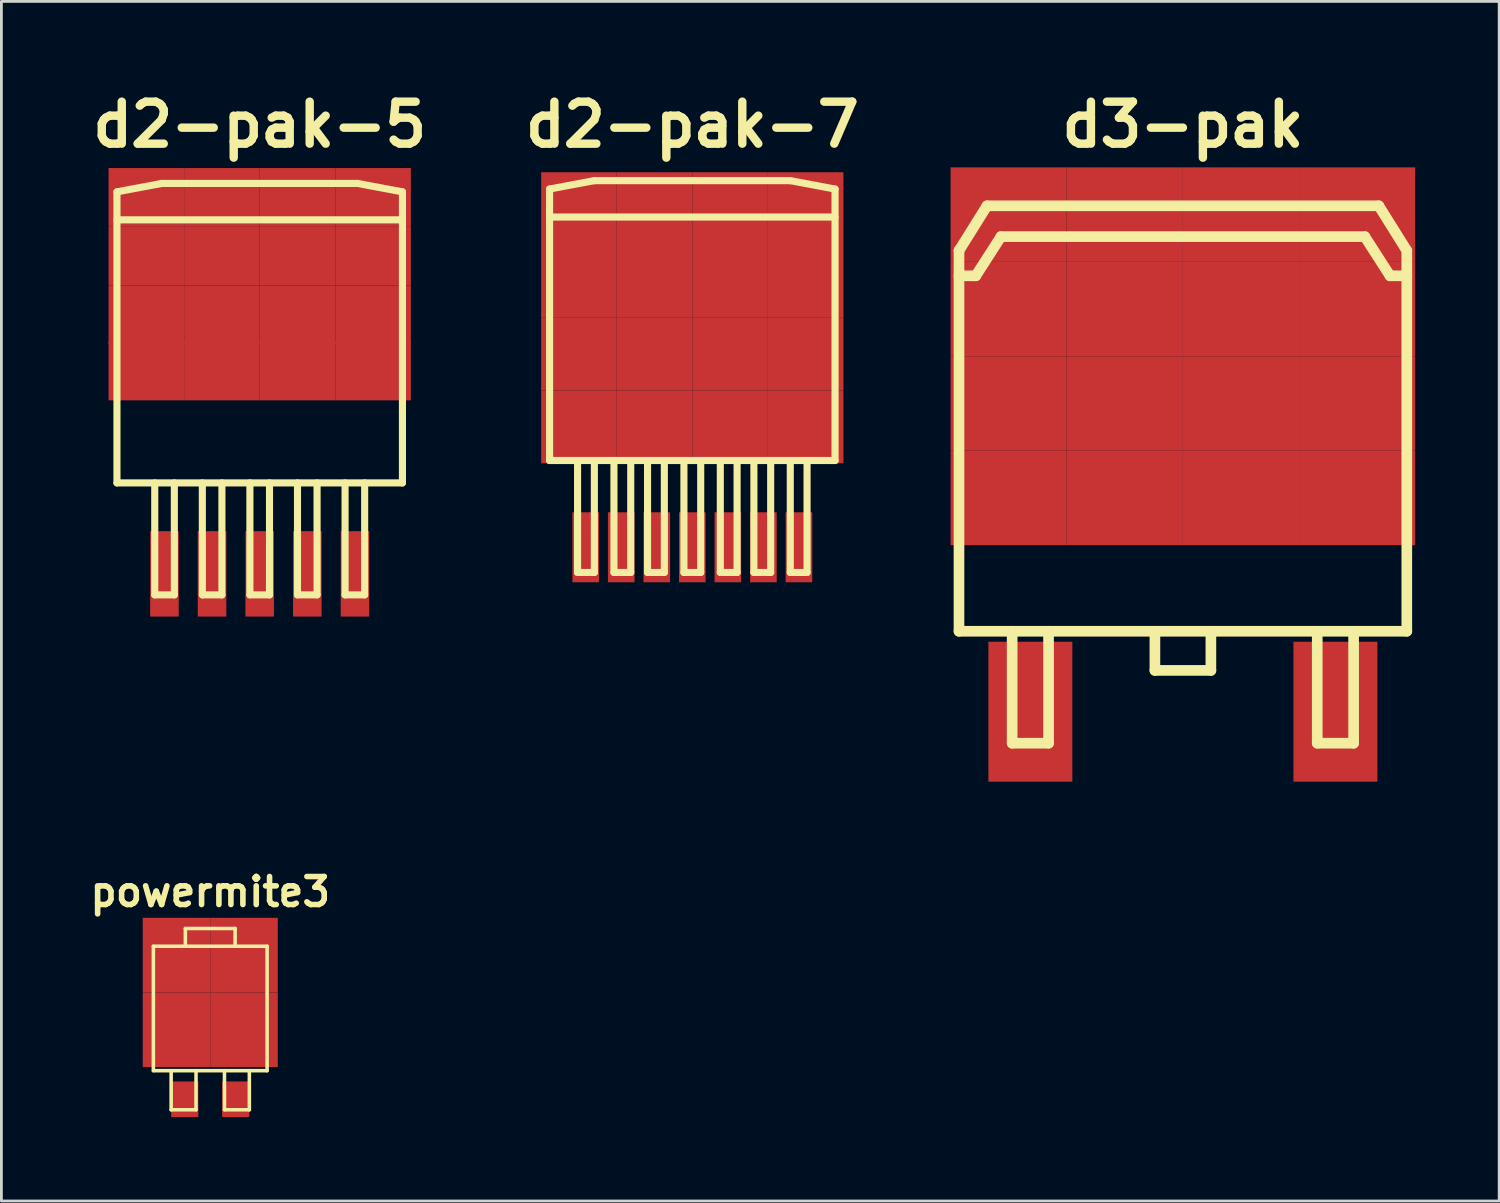
<source format=kicad_pcb>
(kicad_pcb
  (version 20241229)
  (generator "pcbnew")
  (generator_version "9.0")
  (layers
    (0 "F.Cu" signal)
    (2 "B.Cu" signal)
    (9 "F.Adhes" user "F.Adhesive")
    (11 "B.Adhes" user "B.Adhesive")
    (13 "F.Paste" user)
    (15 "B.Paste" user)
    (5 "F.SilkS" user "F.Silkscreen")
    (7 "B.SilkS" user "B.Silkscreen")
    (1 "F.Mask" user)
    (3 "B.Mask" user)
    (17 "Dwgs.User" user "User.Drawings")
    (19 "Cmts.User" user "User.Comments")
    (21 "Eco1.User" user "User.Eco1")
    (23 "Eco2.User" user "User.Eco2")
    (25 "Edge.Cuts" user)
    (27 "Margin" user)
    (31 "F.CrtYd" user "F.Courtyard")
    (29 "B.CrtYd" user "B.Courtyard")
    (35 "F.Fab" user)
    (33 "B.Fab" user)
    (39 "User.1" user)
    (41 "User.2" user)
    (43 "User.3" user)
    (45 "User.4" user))
  (footprint "d2-pak-5"
    (layer "F.Cu")
    (at 6.229 10.904)
    (property "Reference" "d2-pak-5" (at 0 -9.5 0) (layer "F.SilkS") (effects (font (size 1.5 1.5) (thickness 0.3))))
    (attr smd)
    (fp_line (start -5.1 -7.1) (end -5.1 3.3) (stroke (width 0.254) (type solid)) (layer "F.SilkS"))
    (fp_line (start -5.1 -6.1) (end 5.1 -6.1) (stroke (width 0.254) (type solid)) (layer "F.SilkS"))
    (fp_line (start -5.1 3.3) (end 5.1 3.3) (stroke (width 0.254) (type solid)) (layer "F.SilkS"))
    (fp_line (start -3.75 7.3) (end -3.75 3.3) (stroke (width 0.254) (type solid)) (layer "F.SilkS"))
    (fp_line (start -3.75 7.3) (end -3.05 7.3) (stroke (width 0.254) (type solid)) (layer "F.SilkS"))
    (fp_line (start -3.5 -7.4) (end -5.1 -7.1) (stroke (width 0.254) (type solid)) (layer "F.SilkS"))
    (fp_line (start -3.5 -7.4) (end 3.5 -7.4) (stroke (width 0.254) (type solid)) (layer "F.SilkS"))
    (fp_line (start -3.05 7.3) (end -3.05 3.3) (stroke (width 0.254) (type solid)) (layer "F.SilkS"))
    (fp_line (start -2.05 7.3) (end -2.05 3.3) (stroke (width 0.254) (type solid)) (layer "F.SilkS"))
    (fp_line (start -2.05 7.3) (end -1.35 7.3) (stroke (width 0.254) (type solid)) (layer "F.SilkS"))
    (fp_line (start -1.35 7.3) (end -1.35 3.3) (stroke (width 0.254) (type solid)) (layer "F.SilkS"))
    (fp_line (start -0.35 7.3) (end -0.35 3.3) (stroke (width 0.254) (type solid)) (layer "F.SilkS"))
    (fp_line (start -0.35 7.3) (end 0.35 7.3) (stroke (width 0.254) (type solid)) (layer "F.SilkS"))
    (fp_line (start 0.35 7.3) (end 0.35 3.3) (stroke (width 0.254) (type solid)) (layer "F.SilkS"))
    (fp_line (start 1.35 7.3) (end 1.35 3.3) (stroke (width 0.254) (type solid)) (layer "F.SilkS"))
    (fp_line (start 1.35 7.3) (end 2.05 7.3) (stroke (width 0.254) (type solid)) (layer "F.SilkS"))
    (fp_line (start 2.05 7.3) (end 2.05 3.3) (stroke (width 0.254) (type solid)) (layer "F.SilkS"))
    (fp_line (start 3.05 7.3) (end 3.05 3.3) (stroke (width 0.254) (type solid)) (layer "F.SilkS"))
    (fp_line (start 3.05 7.3) (end 3.75 7.3) (stroke (width 0.254) (type solid)) (layer "F.SilkS"))
    (fp_line (start 3.5 -7.4) (end 5.1 -7.1) (stroke (width 0.254) (type solid)) (layer "F.SilkS"))
    (fp_line (start 3.75 7.3) (end 3.75 3.3) (stroke (width 0.254) (type solid)) (layer "F.SilkS"))
    (fp_line (start 5.1 -7.1) (end 5.1 3.3) (stroke (width 0.254) (type solid)) (layer "F.SilkS"))
    (pad "1" smd rect (at -3.404 6.55) (size 1.02 3.05) (layers "F.Cu" "F.Mask" "F.Paste"))
    (pad "2" smd rect (at -1.702 6.55) (size 1.02 3.05) (layers "F.Cu" "F.Mask" "F.Paste"))
    (pad "3" smd rect (at 0 6.55) (size 1.02 3.05) (layers "F.Cu" "F.Mask" "F.Paste"))
    (pad "4" smd rect (at 1.702 6.55) (size 1.02 3.05) (layers "F.Cu" "F.Mask" "F.Paste"))
    (pad "5" smd rect (at 3.404 6.55) (size 1.02 3.05) (layers "F.Cu" "F.Mask" "F.Paste"))
    (pad "6" smd rect (at -4.05 -6.9) (size 2.7 2.1) (layers "F.Cu" "F.Mask" "F.Paste"))
    (pad "6" smd rect (at -4.05 -4.8) (size 2.7 2.1) (layers "F.Cu" "F.Mask" "F.Paste"))
    (pad "6" smd rect (at -4.05 -2.7) (size 2.7 2.1) (layers "F.Cu" "F.Mask" "F.Paste"))
    (pad "6" smd rect (at -4.05 -0.7) (size 2.7 2.1) (layers "F.Cu" "F.Mask" "F.Paste"))
    (pad "6" smd rect (at -1.35 -6.9) (size 2.7 2.1) (layers "F.Cu" "F.Mask" "F.Paste"))
    (pad "6" smd rect (at -1.35 -4.8) (size 2.7 2.1) (layers "F.Cu" "F.Mask" "F.Paste"))
    (pad "6" smd rect (at -1.35 -2.7) (size 2.7 2.1) (layers "F.Cu" "F.Mask" "F.Paste"))
    (pad "6" smd rect (at -1.35 -0.7) (size 2.7 2.1) (layers "F.Cu" "F.Mask" "F.Paste"))
    (pad "6" smd rect (at 1.35 -6.9) (size 2.7 2.1) (layers "F.Cu" "F.Mask" "F.Paste"))
    (pad "6" smd rect (at 1.35 -4.8) (size 2.7 2.1) (layers "F.Cu" "F.Mask" "F.Paste"))
    (pad "6" smd rect (at 1.35 -2.7) (size 2.7 2.1) (layers "F.Cu" "F.Mask" "F.Paste"))
    (pad "6" smd rect (at 1.35 -0.7) (size 2.7 2.1) (layers "F.Cu" "F.Mask" "F.Paste"))
    (pad "6" smd rect (at 4.05 -6.9) (size 2.7 2.1) (layers "F.Cu" "F.Mask" "F.Paste"))
    (pad "6" smd rect (at 4.05 -4.8) (size 2.7 2.1) (layers "F.Cu" "F.Mask" "F.Paste"))
    (pad "6" smd rect (at 4.05 -2.7) (size 2.7 2.1) (layers "F.Cu" "F.Mask" "F.Paste"))
    (pad "6" smd rect (at 4.05 -0.7) (size 2.7 2.1) (layers "F.Cu" "F.Mask" "F.Paste")))
  (footprint "d3-pak"
    (layer "F.Cu")
    (at 39.214 13.904)
    (property "Reference" "d3-pak" (at 0 -12.5 0) (layer "F.SilkS") (effects (font (size 1.5 1.5) (thickness 0.3))))
    (attr smd)
    (fp_line (start -8 -8) (end -8 5.6) (stroke (width 0.381) (type solid)) (layer "F.SilkS"))
    (fp_line (start -8 -8) (end -7 -9.6) (stroke (width 0.381) (type solid)) (layer "F.SilkS"))
    (fp_line (start -8 5.6) (end 8 5.6) (stroke (width 0.381) (type solid)) (layer "F.SilkS"))
    (fp_line (start -7.4 -7.1) (end -8 -7.1) (stroke (width 0.381) (type solid)) (layer "F.SilkS"))
    (fp_line (start -7 -9.6) (end 7 -9.6) (stroke (width 0.381) (type solid)) (layer "F.SilkS"))
    (fp_line (start -6.5 -8.5) (end -7.4 -7.1) (stroke (width 0.381) (type solid)) (layer "F.SilkS"))
    (fp_line (start -6.1 5.6) (end -6.1 9.6) (stroke (width 0.381) (type solid)) (layer "F.SilkS"))
    (fp_line (start -6.1 9.6) (end -4.8 9.6) (stroke (width 0.381) (type solid)) (layer "F.SilkS"))
    (fp_line (start -4.8 9.6) (end -4.8 5.6) (stroke (width 0.381) (type solid)) (layer "F.SilkS"))
    (fp_line (start -1 5.6) (end -1 7) (stroke (width 0.381) (type solid)) (layer "F.SilkS"))
    (fp_line (start -1 7) (end 1 7) (stroke (width 0.381) (type solid)) (layer "F.SilkS"))
    (fp_line (start 1 7) (end 1 5.6) (stroke (width 0.381) (type solid)) (layer "F.SilkS"))
    (fp_line (start 4.8 5.6) (end 4.8 9.6) (stroke (width 0.381) (type solid)) (layer "F.SilkS"))
    (fp_line (start 4.8 9.6) (end 6.1 9.6) (stroke (width 0.381) (type solid)) (layer "F.SilkS"))
    (fp_line (start 6.1 9.6) (end 6.1 5.6) (stroke (width 0.381) (type solid)) (layer "F.SilkS"))
    (fp_line (start 6.5 -8.5) (end -6.5 -8.5) (stroke (width 0.381) (type solid)) (layer "F.SilkS"))
    (fp_line (start 6.5 -8.5) (end 7.4 -7.1) (stroke (width 0.381) (type solid)) (layer "F.SilkS"))
    (fp_line (start 7.4 -7.1) (end 8 -7.1) (stroke (width 0.381) (type solid)) (layer "F.SilkS"))
    (fp_line (start 8 -8) (end 7 -9.6) (stroke (width 0.381) (type solid)) (layer "F.SilkS"))
    (fp_line (start 8 -8) (end 8 5.6) (stroke (width 0.381) (type solid)) (layer "F.SilkS"))
    (pad "1" smd rect (at -5.45 8.475) (size 3 5) (layers "F.Cu" "F.Mask" "F.Paste"))
    (pad "2" smd rect (at -6.225 -9.287) (size 4.15 3.375) (layers "F.Cu" "F.Mask" "F.Paste"))
    (pad "2" smd rect (at -6.225 -5.912) (size 4.15 3.375) (layers "F.Cu" "F.Mask" "F.Paste"))
    (pad "2" smd rect (at -6.225 -2.538) (size 4.15 3.375) (layers "F.Cu" "F.Mask" "F.Paste"))
    (pad "2" smd rect (at -6.225 0.838) (size 4.15 3.375) (layers "F.Cu" "F.Mask" "F.Paste"))
    (pad "2" smd rect (at -2.075 -9.287) (size 4.15 3.375) (layers "F.Cu" "F.Mask" "F.Paste"))
    (pad "2" smd rect (at -2.075 -5.912) (size 4.15 3.375) (layers "F.Cu" "F.Mask" "F.Paste"))
    (pad "2" smd rect (at -2.075 -2.538) (size 4.15 3.375) (layers "F.Cu" "F.Mask" "F.Paste"))
    (pad "2" smd rect (at -2.075 0.838) (size 4.15 3.375) (layers "F.Cu" "F.Mask" "F.Paste"))
    (pad "2" smd rect (at 2.075 -9.287) (size 4.15 3.375) (layers "F.Cu" "F.Mask" "F.Paste"))
    (pad "2" smd rect (at 2.075 -5.912) (size 4.15 3.375) (layers "F.Cu" "F.Mask" "F.Paste"))
    (pad "2" smd rect (at 2.075 -2.538) (size 4.15 3.375) (layers "F.Cu" "F.Mask" "F.Paste"))
    (pad "2" smd rect (at 2.075 0.838) (size 4.15 3.375) (layers "F.Cu" "F.Mask" "F.Paste"))
    (pad "2" smd rect (at 6.225 -9.287) (size 4.15 3.375) (layers "F.Cu" "F.Mask" "F.Paste"))
    (pad "2" smd rect (at 6.225 -5.912) (size 4.15 3.375) (layers "F.Cu" "F.Mask" "F.Paste"))
    (pad "2" smd rect (at 6.225 -2.538) (size 4.15 3.375) (layers "F.Cu" "F.Mask" "F.Paste"))
    (pad "2" smd rect (at 6.225 0.838) (size 4.15 3.375) (layers "F.Cu" "F.Mask" "F.Paste"))
    (pad "3" smd rect (at 5.45 8.475) (size 3 5) (layers "F.Cu" "F.Mask" "F.Paste")))
  (footprint "d2-pak-7"
    (layer "F.Cu")
    (at 21.686 10.404)
    (property "Reference" "d2-pak-7" (at 0 -9 0) (layer "F.SilkS") (effects (font (size 1.5 1.5) (thickness 0.3))))
    (attr smd)
    (fp_line (start -5.1 -6.7) (end -5.1 3) (stroke (width 0.254) (type solid)) (layer "F.SilkS"))
    (fp_line (start -5.1 -5.7) (end 5.1 -5.7) (stroke (width 0.254) (type solid)) (layer "F.SilkS"))
    (fp_line (start -5.1 3) (end 5.1 3) (stroke (width 0.254) (type solid)) (layer "F.SilkS"))
    (fp_line (start -4.1 7) (end -4.1 3) (stroke (width 0.254) (type solid)) (layer "F.SilkS"))
    (fp_line (start -4.1 7) (end -3.5 7) (stroke (width 0.254) (type solid)) (layer "F.SilkS"))
    (fp_line (start -3.5 -7) (end -5.1 -6.7) (stroke (width 0.254) (type solid)) (layer "F.SilkS"))
    (fp_line (start -3.5 -7) (end 3.5 -7) (stroke (width 0.254) (type solid)) (layer "F.SilkS"))
    (fp_line (start -3.5 7) (end -3.5 3) (stroke (width 0.254) (type solid)) (layer "F.SilkS"))
    (fp_line (start -2.8 7) (end -2.8 3) (stroke (width 0.254) (type solid)) (layer "F.SilkS"))
    (fp_line (start -2.8 7) (end -2.2 7) (stroke (width 0.254) (type solid)) (layer "F.SilkS"))
    (fp_line (start -2.2 7) (end -2.2 3) (stroke (width 0.254) (type solid)) (layer "F.SilkS"))
    (fp_line (start -1.6 7) (end -1.6 3) (stroke (width 0.254) (type solid)) (layer "F.SilkS"))
    (fp_line (start -1.6 7) (end -1 7) (stroke (width 0.254) (type solid)) (layer "F.SilkS"))
    (fp_line (start -1 7) (end -1 3) (stroke (width 0.254) (type solid)) (layer "F.SilkS"))
    (fp_line (start -0.3 7) (end -0.3 3) (stroke (width 0.254) (type solid)) (layer "F.SilkS"))
    (fp_line (start -0.3 7) (end 0.3 7) (stroke (width 0.254) (type solid)) (layer "F.SilkS"))
    (fp_line (start 0.3 7) (end 0.3 3) (stroke (width 0.254) (type solid)) (layer "F.SilkS"))
    (fp_line (start 1 7) (end 1 3) (stroke (width 0.254) (type solid)) (layer "F.SilkS"))
    (fp_line (start 1 7) (end 1.6 7) (stroke (width 0.254) (type solid)) (layer "F.SilkS"))
    (fp_line (start 1.6 7) (end 1.6 3) (stroke (width 0.254) (type solid)) (layer "F.SilkS"))
    (fp_line (start 2.2 7) (end 2.2 3) (stroke (width 0.254) (type solid)) (layer "F.SilkS"))
    (fp_line (start 2.2 7) (end 2.8 7) (stroke (width 0.254) (type solid)) (layer "F.SilkS"))
    (fp_line (start 2.8 7) (end 2.8 3) (stroke (width 0.254) (type solid)) (layer "F.SilkS"))
    (fp_line (start 3.5 -7) (end 5.1 -6.7) (stroke (width 0.254) (type solid)) (layer "F.SilkS"))
    (fp_line (start 3.5 7) (end 3.5 3) (stroke (width 0.254) (type solid)) (layer "F.SilkS"))
    (fp_line (start 3.5 7) (end 4.1 7) (stroke (width 0.254) (type solid)) (layer "F.SilkS"))
    (fp_line (start 4.1 7) (end 4.1 3) (stroke (width 0.254) (type solid)) (layer "F.SilkS"))
    (fp_line (start 5.1 -6.7) (end 5.1 3) (stroke (width 0.254) (type solid)) (layer "F.SilkS"))
    (pad "1" smd rect (at -3.81 6.1) (size 0.95 2.5) (layers "F.Cu" "F.Mask" "F.Paste"))
    (pad "2" smd rect (at -2.54 6.1) (size 0.95 2.5) (layers "F.Cu" "F.Mask" "F.Paste"))
    (pad "3" smd rect (at -1.27 6.1) (size 0.95 2.5) (layers "F.Cu" "F.Mask" "F.Paste"))
    (pad "4" smd rect (at 0 6.1) (size 0.95 2.5) (layers "F.Cu" "F.Mask" "F.Paste"))
    (pad "5" smd rect (at 1.27 6.1) (size 0.95 2.5) (layers "F.Cu" "F.Mask" "F.Paste"))
    (pad "6" smd rect (at 2.54 6.1) (size 0.95 2.5) (layers "F.Cu" "F.Mask" "F.Paste"))
    (pad "7" smd rect (at 3.81 6.1) (size 0.95 2.5) (layers "F.Cu" "F.Mask" "F.Paste"))
    (pad "8" smd rect (at -4.05 -6) (size 2.7 2.6) (layers "F.Cu" "F.Mask" "F.Paste"))
    (pad "8" smd rect (at -4.05 -3.4) (size 2.7 2.6) (layers "F.Cu" "F.Mask" "F.Paste"))
    (pad "8" smd rect (at -4.05 -0.8) (size 2.7 2.6) (layers "F.Cu" "F.Mask" "F.Paste"))
    (pad "8" smd rect (at -4.05 1.8) (size 2.7 2.6) (layers "F.Cu" "F.Mask" "F.Paste"))
    (pad "8" smd rect (at -1.35 -6) (size 2.7 2.6) (layers "F.Cu" "F.Mask" "F.Paste"))
    (pad "8" smd rect (at -1.35 -3.4) (size 2.7 2.6) (layers "F.Cu" "F.Mask" "F.Paste"))
    (pad "8" smd rect (at -1.35 -0.8) (size 2.7 2.6) (layers "F.Cu" "F.Mask" "F.Paste"))
    (pad "8" smd rect (at -1.35 1.8) (size 2.7 2.6) (layers "F.Cu" "F.Mask" "F.Paste"))
    (pad "8" smd rect (at 1.35 -6) (size 2.7 2.6) (layers "F.Cu" "F.Mask" "F.Paste"))
    (pad "8" smd rect (at 1.35 -3.4) (size 2.7 2.6) (layers "F.Cu" "F.Mask" "F.Paste"))
    (pad "8" smd rect (at 1.35 -0.8) (size 2.7 2.6) (layers "F.Cu" "F.Mask" "F.Paste"))
    (pad "8" smd rect (at 1.35 1.8) (size 2.7 2.6) (layers "F.Cu" "F.Mask" "F.Paste"))
    (pad "8" smd rect (at 4.05 -6) (size 2.7 2.6) (layers "F.Cu" "F.Mask" "F.Paste"))
    (pad "8" smd rect (at 4.05 -3.4) (size 2.7 2.6) (layers "F.Cu" "F.Mask" "F.Paste"))
    (pad "8" smd rect (at 4.05 -0.8) (size 2.7 2.6) (layers "F.Cu" "F.Mask" "F.Paste"))
    (pad "8" smd rect (at 4.05 1.8) (size 2.7 2.6) (layers "F.Cu" "F.Mask" "F.Paste")))
  (footprint "powermite3"
    (layer "F.Cu")
    (at 4.462 33.315)
    (property "Reference" "powermite3" (at 0 -4.5 0) (layer "F.SilkS") (effects (font (size 1 1) (thickness 0.2))))
    (attr smd)
    (fp_line (start -2.032 -2.556) (end -2.032 1.889) (stroke (width 0.127) (type solid)) (layer "F.SilkS"))
    (fp_line (start -2.032 1.889) (end 2.032 1.889) (stroke (width 0.127) (type solid)) (layer "F.SilkS"))
    (fp_line (start -1.397 3.286) (end -1.397 1.889) (stroke (width 0.127) (type solid)) (layer "F.SilkS"))
    (fp_line (start -1.397 3.286) (end -0.508 3.286) (stroke (width 0.127) (type solid)) (layer "F.SilkS"))
    (fp_line (start -0.889 -3.191) (end 0.889 -3.191) (stroke (width 0.127) (type solid)) (layer "F.SilkS"))
    (fp_line (start -0.889 -2.556) (end -0.889 -3.191) (stroke (width 0.127) (type solid)) (layer "F.SilkS"))
    (fp_line (start -0.508 3.286) (end -0.508 1.889) (stroke (width 0.127) (type solid)) (layer "F.SilkS"))
    (fp_line (start 0.508 3.286) (end 0.508 1.889) (stroke (width 0.127) (type solid)) (layer "F.SilkS"))
    (fp_line (start 0.508 3.286) (end 1.397 3.286) (stroke (width 0.127) (type solid)) (layer "F.SilkS"))
    (fp_line (start 0.889 -3.191) (end 0.889 -2.556) (stroke (width 0.127) (type solid)) (layer "F.SilkS"))
    (fp_line (start 1.397 3.286) (end 1.397 1.889) (stroke (width 0.127) (type solid)) (layer "F.SilkS"))
    (fp_line (start 2.032 -2.556) (end -2.032 -2.556) (stroke (width 0.127) (type solid)) (layer "F.SilkS"))
    (fp_line (start 2.032 1.889) (end 2.032 -2.556) (stroke (width 0.127) (type solid)) (layer "F.SilkS"))
    (pad "1" smd rect (at -0.91 2.91) (size 0.97 1.27) (layers "F.Cu" "F.Mask" "F.Paste"))
    (pad "2" smd rect (at -1.206 -2.239) (size 2.413 2.667) (layers "F.Cu" "F.Mask" "F.Paste"))
    (pad "2" smd rect (at -1.206 0.428) (size 2.413 2.667) (layers "F.Cu" "F.Mask" "F.Paste"))
    (pad "2" smd rect (at 1.206 -2.239) (size 2.413 2.667) (layers "F.Cu" "F.Mask" "F.Paste"))
    (pad "2" smd rect (at 1.206 0.428) (size 2.413 2.667) (layers "F.Cu" "F.Mask" "F.Paste"))
    (pad "3" smd rect (at 0.91 2.91) (size 0.97 1.27) (layers "F.Cu" "F.Mask" "F.Paste")))
  (gr_rect
    (start -3 -3)
    (end 50.514 39.86)
    (stroke (width 0.1) (type default))
    (fill no)
    (layer "Edge.Cuts")))
</source>
